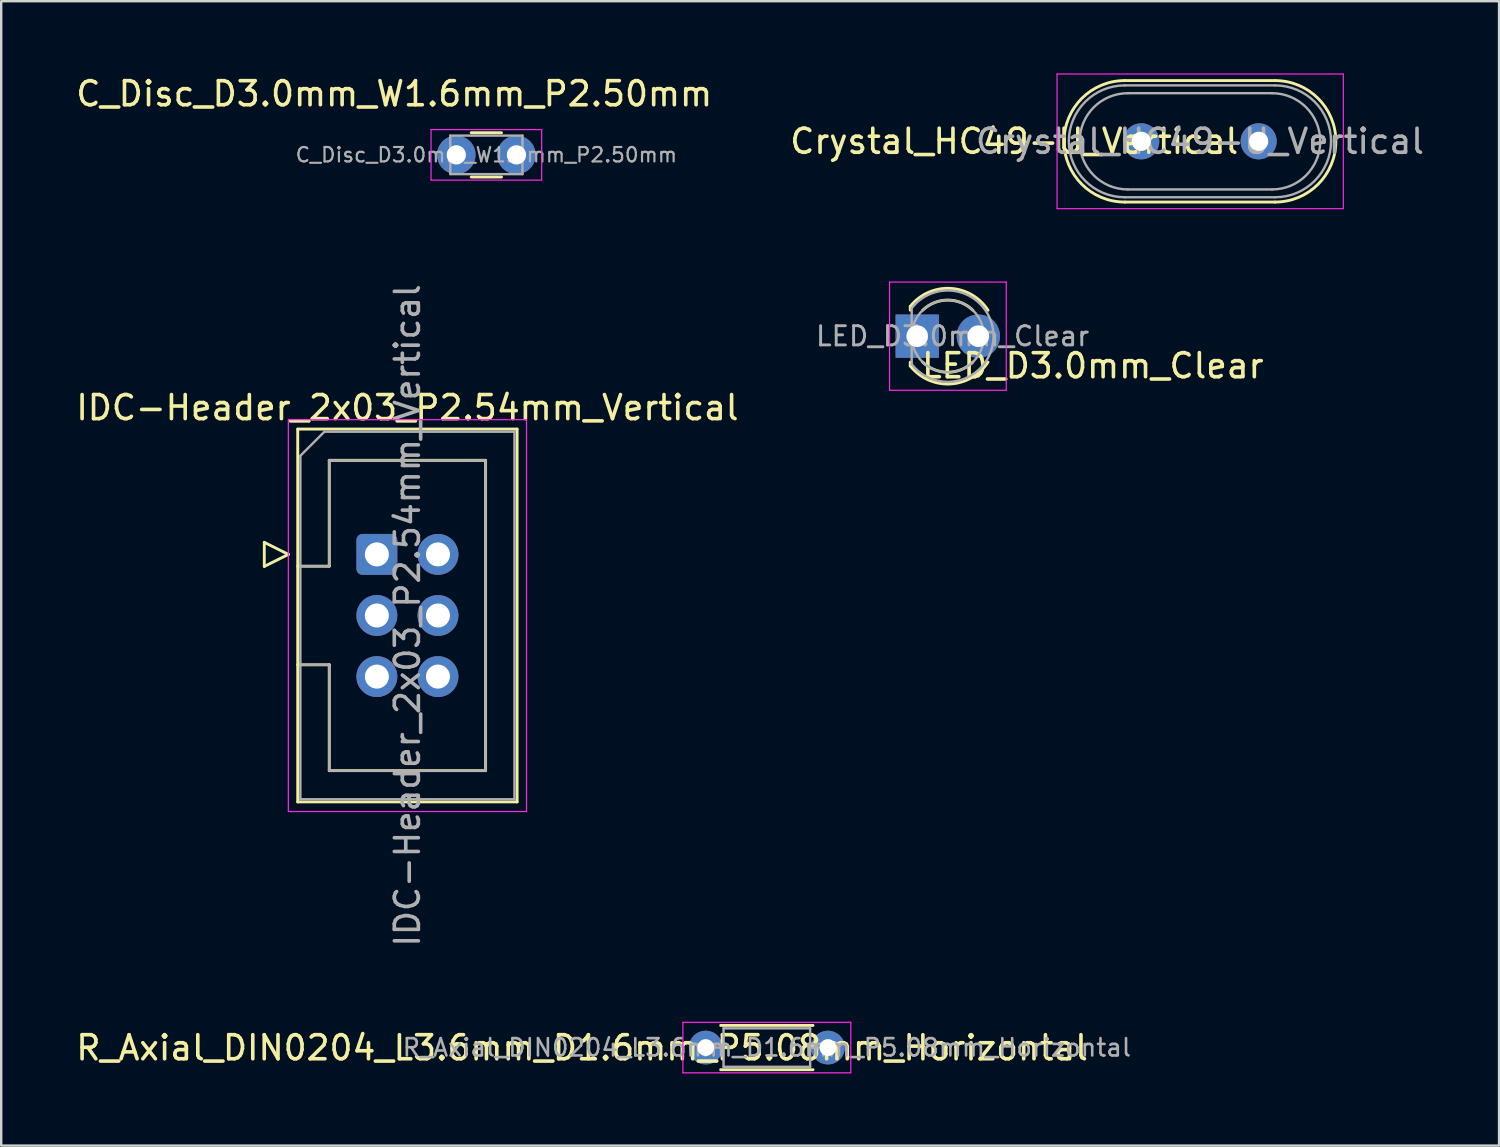
<source format=kicad_pcb>
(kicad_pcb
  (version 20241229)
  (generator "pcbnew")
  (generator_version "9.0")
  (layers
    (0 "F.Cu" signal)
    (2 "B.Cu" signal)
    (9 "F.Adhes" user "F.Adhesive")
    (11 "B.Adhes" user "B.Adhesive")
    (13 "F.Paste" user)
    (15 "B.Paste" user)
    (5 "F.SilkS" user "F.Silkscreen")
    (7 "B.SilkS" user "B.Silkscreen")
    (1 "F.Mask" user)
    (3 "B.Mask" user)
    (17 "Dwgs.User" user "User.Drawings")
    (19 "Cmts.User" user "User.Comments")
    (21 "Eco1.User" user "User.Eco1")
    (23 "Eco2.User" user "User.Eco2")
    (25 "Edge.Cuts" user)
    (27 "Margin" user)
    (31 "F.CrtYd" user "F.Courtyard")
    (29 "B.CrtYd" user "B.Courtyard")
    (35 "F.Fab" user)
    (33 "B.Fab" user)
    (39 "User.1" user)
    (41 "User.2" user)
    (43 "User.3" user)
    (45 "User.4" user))
  (footprint "C_Disc_D3.0mm_W1.6mm_P2.50mm"
    (layer "F.Cu")
    (at 15.919 3.388)
    (property "Reference" "C_Disc_D3.0mm_W1.6mm_P2.50mm" (at -2.58 -2.54 0) (layer "F.SilkS") (effects (font (size 1 1) (thickness 0.15))))
    (attr through_hole)
    (fp_line (start 0.621 -0.92) (end 1.879 -0.92) (stroke (width 0.12) (type solid)) (layer "F.SilkS"))
    (fp_line (start 0.621 0.92) (end 1.879 0.92) (stroke (width 0.12) (type solid)) (layer "F.SilkS"))
    (fp_line (start -1.05 -1.05) (end -1.05 1.05) (stroke (width 0.05) (type solid)) (layer "F.CrtYd"))
    (fp_line (start -1.05 1.05) (end 3.55 1.05) (stroke (width 0.05) (type solid)) (layer "F.CrtYd"))
    (fp_line (start 3.55 -1.05) (end -1.05 -1.05) (stroke (width 0.05) (type solid)) (layer "F.CrtYd"))
    (fp_line (start 3.55 1.05) (end 3.55 -1.05) (stroke (width 0.05) (type solid)) (layer "F.CrtYd"))
    (fp_line (start -0.25 -0.8) (end -0.25 0.8) (stroke (width 0.1) (type solid)) (layer "F.Fab"))
    (fp_line (start -0.25 0.8) (end 2.75 0.8) (stroke (width 0.1) (type solid)) (layer "F.Fab"))
    (fp_line (start 2.75 -0.8) (end -0.25 -0.8) (stroke (width 0.1) (type solid)) (layer "F.Fab"))
    (fp_line (start 2.75 0.8) (end 2.75 -0.8) (stroke (width 0.1) (type solid)) (layer "F.Fab"))
    (fp_text user "${REFERENCE}" (at 1.25 0 0) (layer "F.Fab") (effects (font (size 0.6 0.6) (thickness 0.09))))
    (pad "1" thru_hole circle (at 0 0) (size 1.6 1.6) (drill 0.8) (layers "*.Cu" "*.Mask"))
    (pad "2" thru_hole circle (at 2.5 0) (size 1.6 1.6) (drill 0.8) (layers "*.Cu" "*.Mask")))
  (footprint "R_Axial_DIN0204_L3.6mm_D1.6mm_P5.08mm_Horizontal"
    (layer "F.Cu")
    (at 26.289 40.499)
    (property "Reference" "R_Axial_DIN0204_L3.6mm_D1.6mm_P5.08mm_Horizontal" (at -5.14 0.01 0) (layer "F.SilkS") (effects (font (size 1 1) (thickness 0.15))))
    (attr through_hole)
    (fp_line (start 0.62 -0.92) (end 4.46 -0.92) (stroke (width 0.12) (type solid)) (layer "F.SilkS"))
    (fp_line (start 0.62 0.92) (end 4.46 0.92) (stroke (width 0.12) (type solid)) (layer "F.SilkS"))
    (fp_line (start -0.95 -1.05) (end -0.95 1.05) (stroke (width 0.05) (type solid)) (layer "F.CrtYd"))
    (fp_line (start -0.95 1.05) (end 6.03 1.05) (stroke (width 0.05) (type solid)) (layer "F.CrtYd"))
    (fp_line (start 6.03 -1.05) (end -0.95 -1.05) (stroke (width 0.05) (type solid)) (layer "F.CrtYd"))
    (fp_line (start 6.03 1.05) (end 6.03 -1.05) (stroke (width 0.05) (type solid)) (layer "F.CrtYd"))
    (fp_line (start 0 0) (end 0.74 0) (stroke (width 0.1) (type solid)) (layer "F.Fab"))
    (fp_line (start 0.74 -0.8) (end 0.74 0.8) (stroke (width 0.1) (type solid)) (layer "F.Fab"))
    (fp_line (start 0.74 0.8) (end 4.34 0.8) (stroke (width 0.1) (type solid)) (layer "F.Fab"))
    (fp_line (start 4.34 -0.8) (end 0.74 -0.8) (stroke (width 0.1) (type solid)) (layer "F.Fab"))
    (fp_line (start 4.34 0.8) (end 4.34 -0.8) (stroke (width 0.1) (type solid)) (layer "F.Fab"))
    (fp_line (start 5.08 0) (end 4.34 0) (stroke (width 0.1) (type solid)) (layer "F.Fab"))
    (fp_text user "${REFERENCE}" (at 2.54 0 0) (layer "F.Fab") (effects (font (size 0.72 0.72) (thickness 0.108))))
    (pad "1" thru_hole circle (at 0 0) (size 1.4 1.4) (drill 0.7) (layers "*.Cu" "*.Mask"))
    (pad "2" thru_hole oval (at 5.08 0) (size 1.4 1.4) (drill 0.7) (layers "*.Cu" "*.Mask")))
  (footprint "LED_D3.0mm_Clear"
    (layer "F.Cu")
    (at 35.08 10.925)
    (property "Reference" "LED_D3.0mm_Clear" (at 7.3 1.23 0) (layer "F.SilkS") (effects (font (size 1 1) (thickness 0.15))))
    (attr through_hole)
    (fp_line (start -0.29 -1.236) (end -0.29 -1.08) (stroke (width 0.12) (type solid)) (layer "F.SilkS"))
    (fp_line (start -0.29 1.08) (end -0.29 1.236) (stroke (width 0.12) (type solid)) (layer "F.SilkS"))
    (fp_arc (start -0.29 -1.235516) (mid 1.366487 -1.987659) (end 2.942335 -1.078608) (stroke (width 0.12) (type solid)) (layer "F.SilkS"))
    (fp_arc (start 0.229039 -1.08) (mid 1.270117 -1.5) (end 2.31113 -1.079837) (stroke (width 0.12) (type solid)) (layer "F.SilkS"))
    (fp_arc (start 2.31113 1.079837) (mid 1.270117 1.5) (end 0.229039 1.08) (stroke (width 0.12) (type solid)) (layer "F.SilkS"))
    (fp_arc (start 2.942335 1.078608) (mid 1.366487 1.987659) (end -0.29 1.235516) (stroke (width 0.12) (type solid)) (layer "F.SilkS"))
    (fp_line (start -1.15 -2.25) (end -1.15 2.25) (stroke (width 0.05) (type solid)) (layer "F.CrtYd"))
    (fp_line (start -1.15 2.25) (end 3.7 2.25) (stroke (width 0.05) (type solid)) (layer "F.CrtYd"))
    (fp_line (start 3.7 -2.25) (end -1.15 -2.25) (stroke (width 0.05) (type solid)) (layer "F.CrtYd"))
    (fp_line (start 3.7 2.25) (end 3.7 -2.25) (stroke (width 0.05) (type solid)) (layer "F.CrtYd"))
    (fp_line (start -0.23 -1.166) (end -0.23 1.166) (stroke (width 0.1) (type solid)) (layer "F.Fab"))
    (fp_arc (start -0.23 -1.16619) (mid 3.17 0.000452) (end -0.230555 1.165476) (stroke (width 0.1) (type solid)) (layer "F.Fab"))
    (fp_circle (center 1.27 0) (end 2.77 0) (stroke (width 0.1) (type solid)) (fill no) (layer "F.Fab"))
    (fp_text user "${REFERENCE}" (at 1.47 0 0) (layer "F.Fab") (effects (font (size 0.8 0.8) (thickness 0.12))))
    (pad "1" thru_hole rect (at 0 0) (size 1.8 1.8) (drill 0.9) (layers "*.Cu" "*.Mask"))
    (pad "2" thru_hole circle (at 2.54 0) (size 1.8 1.8) (drill 0.9) (layers "*.Cu" "*.Mask")))
  (footprint "IDC-Header_2x03_P2.54mm_Vertical"
    (layer "F.Cu")
    (at 12.617 19.997)
    (property "Reference" "IDC-Header_2x03_P2.54mm_Vertical" (at 1.27 -6.1 0) (layer "F.SilkS") (effects (font (size 1 1) (thickness 0.15))))
    (attr through_hole)
    (fp_line (start -4.68 -0.5) (end -4.68 0.5) (stroke (width 0.12) (type solid)) (layer "F.SilkS"))
    (fp_line (start -4.68 0.5) (end -3.68 0) (stroke (width 0.12) (type solid)) (layer "F.SilkS"))
    (fp_line (start -3.68 0) (end -4.68 -0.5) (stroke (width 0.12) (type solid)) (layer "F.SilkS"))
    (fp_line (start -3.29 -5.21) (end 5.83 -5.21) (stroke (width 0.12) (type solid)) (layer "F.SilkS"))
    (fp_line (start -3.29 0.49) (end -1.98 0.49) (stroke (width 0.12) (type solid)) (layer "F.SilkS"))
    (fp_line (start -3.29 10.29) (end -3.29 -5.21) (stroke (width 0.12) (type solid)) (layer "F.SilkS"))
    (fp_line (start -1.98 -3.91) (end 4.52 -3.91) (stroke (width 0.12) (type solid)) (layer "F.SilkS"))
    (fp_line (start -1.98 0.49) (end -1.98 -3.91) (stroke (width 0.12) (type solid)) (layer "F.SilkS"))
    (fp_line (start -1.98 4.59) (end -3.29 4.59) (stroke (width 0.12) (type solid)) (layer "F.SilkS"))
    (fp_line (start -1.98 4.59) (end -1.98 4.59) (stroke (width 0.12) (type solid)) (layer "F.SilkS"))
    (fp_line (start -1.98 8.99) (end -1.98 4.59) (stroke (width 0.12) (type solid)) (layer "F.SilkS"))
    (fp_line (start 4.52 -3.91) (end 4.52 8.99) (stroke (width 0.12) (type solid)) (layer "F.SilkS"))
    (fp_line (start 4.52 8.99) (end -1.98 8.99) (stroke (width 0.12) (type solid)) (layer "F.SilkS"))
    (fp_line (start 5.83 -5.21) (end 5.83 10.29) (stroke (width 0.12) (type solid)) (layer "F.SilkS"))
    (fp_line (start 5.83 10.29) (end -3.29 10.29) (stroke (width 0.12) (type solid)) (layer "F.SilkS"))
    (fp_line (start -3.68 -5.6) (end -3.68 10.69) (stroke (width 0.05) (type solid)) (layer "F.CrtYd"))
    (fp_line (start -3.68 10.69) (end 6.22 10.69) (stroke (width 0.05) (type solid)) (layer "F.CrtYd"))
    (fp_line (start 6.22 -5.6) (end -3.68 -5.6) (stroke (width 0.05) (type solid)) (layer "F.CrtYd"))
    (fp_line (start 6.22 10.69) (end 6.22 -5.6) (stroke (width 0.05) (type solid)) (layer "F.CrtYd"))
    (fp_line (start -3.18 -4.1) (end -2.18 -5.1) (stroke (width 0.1) (type solid)) (layer "F.Fab"))
    (fp_line (start -3.18 0.49) (end -1.98 0.49) (stroke (width 0.1) (type solid)) (layer "F.Fab"))
    (fp_line (start -3.18 10.18) (end -3.18 -4.1) (stroke (width 0.1) (type solid)) (layer "F.Fab"))
    (fp_line (start -2.18 -5.1) (end 5.72 -5.1) (stroke (width 0.1) (type solid)) (layer "F.Fab"))
    (fp_line (start -1.98 -3.91) (end 4.52 -3.91) (stroke (width 0.1) (type solid)) (layer "F.Fab"))
    (fp_line (start -1.98 0.49) (end -1.98 -3.91) (stroke (width 0.1) (type solid)) (layer "F.Fab"))
    (fp_line (start -1.98 4.59) (end -3.18 4.59) (stroke (width 0.1) (type solid)) (layer "F.Fab"))
    (fp_line (start -1.98 4.59) (end -1.98 4.59) (stroke (width 0.1) (type solid)) (layer "F.Fab"))
    (fp_line (start -1.98 8.99) (end -1.98 4.59) (stroke (width 0.1) (type solid)) (layer "F.Fab"))
    (fp_line (start 4.52 -3.91) (end 4.52 8.99) (stroke (width 0.1) (type solid)) (layer "F.Fab"))
    (fp_line (start 4.52 8.99) (end -1.98 8.99) (stroke (width 0.1) (type solid)) (layer "F.Fab"))
    (fp_line (start 5.72 -5.1) (end 5.72 10.18) (stroke (width 0.1) (type solid)) (layer "F.Fab"))
    (fp_line (start 5.72 10.18) (end -3.18 10.18) (stroke (width 0.1) (type solid)) (layer "F.Fab"))
    (fp_text user "${REFERENCE}" (at 1.27 2.54 90) (layer "F.Fab") (effects (font (size 1 1) (thickness 0.15))))
    (pad "1" thru_hole roundrect (at 0 0 180) (size 1.7 1.7) (drill 1) (layers "*.Cu" "*.Mask") (roundrect_rratio 0.147))
    (pad "2" thru_hole circle (at 2.54 0 180) (size 1.7 1.7) (drill 1) (layers "*.Cu" "*.Mask"))
    (pad "3" thru_hole circle (at 0 2.54 180) (size 1.7 1.7) (drill 1) (layers "*.Cu" "*.Mask"))
    (pad "4" thru_hole circle (at 2.54 2.54 180) (size 1.7 1.7) (drill 1) (layers "*.Cu" "*.Mask"))
    (pad "5" thru_hole circle (at 0 5.08 180) (size 1.7 1.7) (drill 1) (layers "*.Cu" "*.Mask"))
    (pad "6" thru_hole circle (at 2.54 5.08 180) (size 1.7 1.7) (drill 1) (layers "*.Cu" "*.Mask")))
  (footprint "Crystal_HC49-U_Vertical"
    (layer "F.Cu")
    (at 44.393 2.825)
    (property "Reference" "Crystal_HC49-U_Vertical" (at -5.28 0 0) (layer "F.SilkS") (effects (font (size 1 1) (thickness 0.15))))
    (attr through_hole)
    (fp_line (start -0.685 -2.525) (end 5.565 -2.525) (stroke (width 0.12) (type solid)) (layer "F.SilkS"))
    (fp_line (start -0.685 2.525) (end 5.565 2.525) (stroke (width 0.12) (type solid)) (layer "F.SilkS"))
    (fp_arc (start -0.685 2.525) (mid -3.21 0) (end -0.685 -2.525) (stroke (width 0.12) (type solid)) (layer "F.SilkS"))
    (fp_arc (start 5.565 -2.525) (mid 8.09 0) (end 5.565 2.525) (stroke (width 0.12) (type solid)) (layer "F.SilkS"))
    (fp_line (start -3.5 -2.8) (end -3.5 2.8) (stroke (width 0.05) (type solid)) (layer "F.CrtYd"))
    (fp_line (start -3.5 2.8) (end 8.4 2.8) (stroke (width 0.05) (type solid)) (layer "F.CrtYd"))
    (fp_line (start 8.4 -2.8) (end -3.5 -2.8) (stroke (width 0.05) (type solid)) (layer "F.CrtYd"))
    (fp_line (start 8.4 2.8) (end 8.4 -2.8) (stroke (width 0.05) (type solid)) (layer "F.CrtYd"))
    (fp_line (start -0.685 -2.325) (end 5.565 -2.325) (stroke (width 0.1) (type solid)) (layer "F.Fab"))
    (fp_line (start -0.685 2.325) (end 5.565 2.325) (stroke (width 0.1) (type solid)) (layer "F.Fab"))
    (fp_line (start -0.56 -2) (end 5.44 -2) (stroke (width 0.1) (type solid)) (layer "F.Fab"))
    (fp_line (start -0.56 2) (end 5.44 2) (stroke (width 0.1) (type solid)) (layer "F.Fab"))
    (fp_arc (start -0.685 2.325) (mid -3.01 0) (end -0.685 -2.325) (stroke (width 0.1) (type solid)) (layer "F.Fab"))
    (fp_arc (start -0.56 2) (mid -2.56 0) (end -0.56 -2) (stroke (width 0.1) (type solid)) (layer "F.Fab"))
    (fp_arc (start 5.44 -2) (mid 7.44 0) (end 5.44 2) (stroke (width 0.1) (type solid)) (layer "F.Fab"))
    (fp_arc (start 5.565 -2.325) (mid 7.89 0) (end 5.565 2.325) (stroke (width 0.1) (type solid)) (layer "F.Fab"))
    (fp_text user "${REFERENCE}" (at 2.44 0 0) (layer "F.Fab") (effects (font (size 1 1) (thickness 0.15))))
    (pad "1" thru_hole circle (at 0 0) (size 1.5 1.5) (drill 0.8) (layers "*.Cu" "*.Mask"))
    (pad "2" thru_hole circle (at 4.88 0) (size 1.5 1.5) (drill 0.8) (layers "*.Cu" "*.Mask")))
  (gr_rect
    (start -3 -3)
    (end 59.268 44.574)
    (stroke (width 0.1) (type default))
    (fill no)
    (layer "Edge.Cuts")))
</source>
